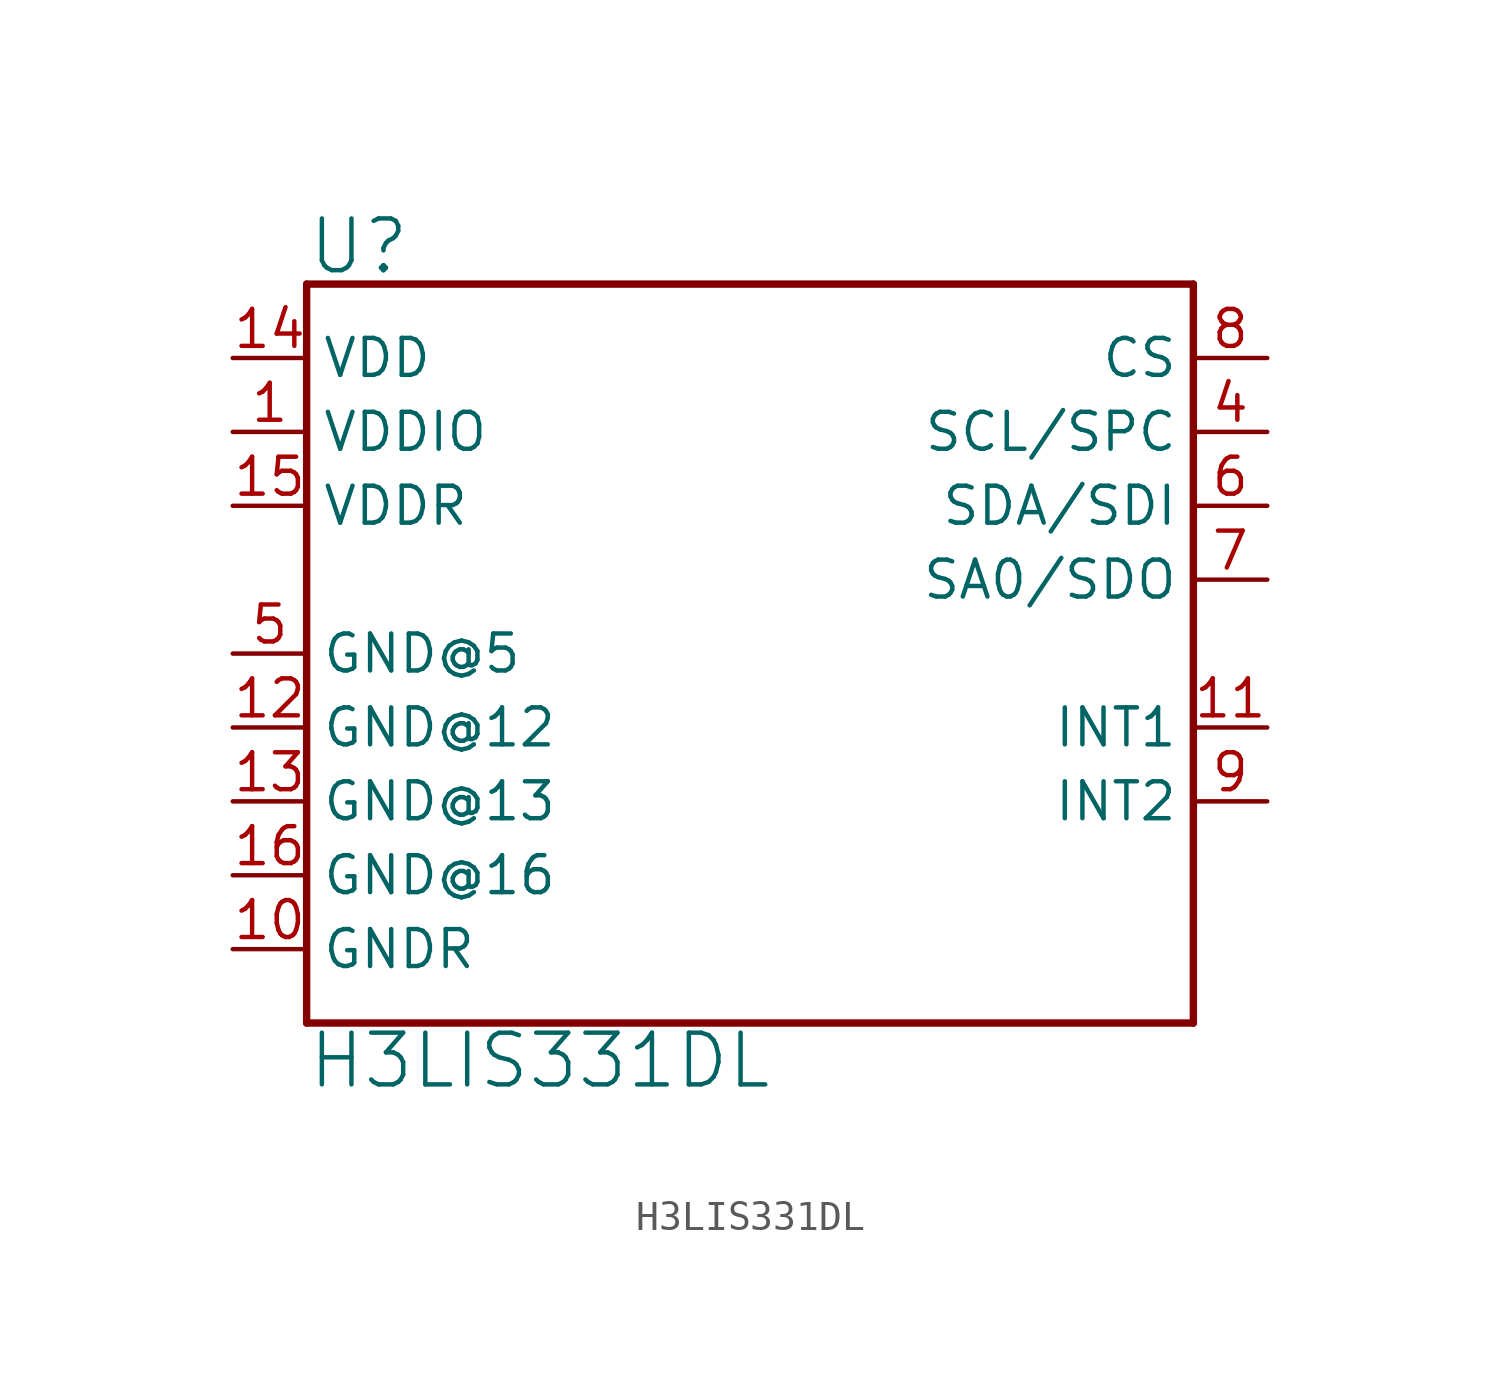
<source format=kicad_sym>
(kicad_symbol_lib
  (version 20211014)
  (generator kicad_symbol_editor)
  (symbol "H3LIS331DL"
    (property "Reference" "U"
      (at -15.24 12.954 0)
      (effects (font (size 1.778 1.778)) (justify left bottom)))
    (property "Value" "H3LIS331DL"
      (at -15.24 -12.954 0)
      (effects (font (size 1.778 1.778)) (justify left top)))
    (property "ki_locked" ""
      (at 0 0 0)
      (effects (font (size 1.27 1.27))))
    (symbol "H3LIS331DL_1_0"
      (polyline (pts (xy -15.24 -12.7) (xy -15.24 12.7)) (stroke (width 0.254) (type default) (color 0 0 0 0)) (fill (type none)))
      (polyline (pts (xy -15.24 12.7) (xy 15.24 12.7)) (stroke (width 0.254) (type default) (color 0 0 0 0)) (fill (type none)))
      (polyline (pts (xy 15.24 -12.7) (xy -15.24 -12.7)) (stroke (width 0.254) (type default) (color 0 0 0 0)) (fill (type none)))
      (polyline (pts (xy 15.24 12.7) (xy 15.24 -12.7)) (stroke (width 0.254) (type default) (color 0 0 0 0)) (fill (type none)))
      (pin bidirectional line (at -17.78 7.62 0) (length 2.54) (name "VDDIO" (effects (font (size 1.27 1.27)))) (number "1" (effects (font (size 1.27 1.27)))))
      (pin bidirectional line (at -17.78 -10.16 0) (length 2.54) (name "GNDR" (effects (font (size 1.27 1.27)))) (number "10" (effects (font (size 1.27 1.27)))))
      (pin bidirectional line (at 17.78 -2.54 180) (length 2.54) (name "INT1" (effects (font (size 1.27 1.27)))) (number "11" (effects (font (size 1.27 1.27)))))
      (pin bidirectional line (at -17.78 -2.54 0) (length 2.54) (name "GND@12" (effects (font (size 1.27 1.27)))) (number "12" (effects (font (size 1.27 1.27)))))
      (pin bidirectional line (at -17.78 -5.08 0) (length 2.54) (name "GND@13" (effects (font (size 1.27 1.27)))) (number "13" (effects (font (size 1.27 1.27)))))
      (pin bidirectional line (at -17.78 10.16 0) (length 2.54) (name "VDD" (effects (font (size 1.27 1.27)))) (number "14" (effects (font (size 1.27 1.27)))))
      (pin bidirectional line (at -17.78 5.08 0) (length 2.54) (name "VDDR" (effects (font (size 1.27 1.27)))) (number "15" (effects (font (size 1.27 1.27)))))
      (pin bidirectional line (at -17.78 -7.62 0) (length 2.54) (name "GND@16" (effects (font (size 1.27 1.27)))) (number "16" (effects (font (size 1.27 1.27)))))
      (pin bidirectional line (at 17.78 7.62 180) (length 2.54) (name "SCL/SPC" (effects (font (size 1.27 1.27)))) (number "4" (effects (font (size 1.27 1.27)))))
      (pin bidirectional line (at -17.78 0 0) (length 2.54) (name "GND@5" (effects (font (size 1.27 1.27)))) (number "5" (effects (font (size 1.27 1.27)))))
      (pin bidirectional line (at 17.78 5.08 180) (length 2.54) (name "SDA/SDI" (effects (font (size 1.27 1.27)))) (number "6" (effects (font (size 1.27 1.27)))))
      (pin bidirectional line (at 17.78 2.54 180) (length 2.54) (name "SA0/SDO" (effects (font (size 1.27 1.27)))) (number "7" (effects (font (size 1.27 1.27)))))
      (pin bidirectional line (at 17.78 10.16 180) (length 2.54) (name "CS" (effects (font (size 1.27 1.27)))) (number "8" (effects (font (size 1.27 1.27)))))
      (pin bidirectional line (at 17.78 -5.08 180) (length 2.54) (name "INT2" (effects (font (size 1.27 1.27)))) (number "9" (effects (font (size 1.27 1.27))))))))
</source>
